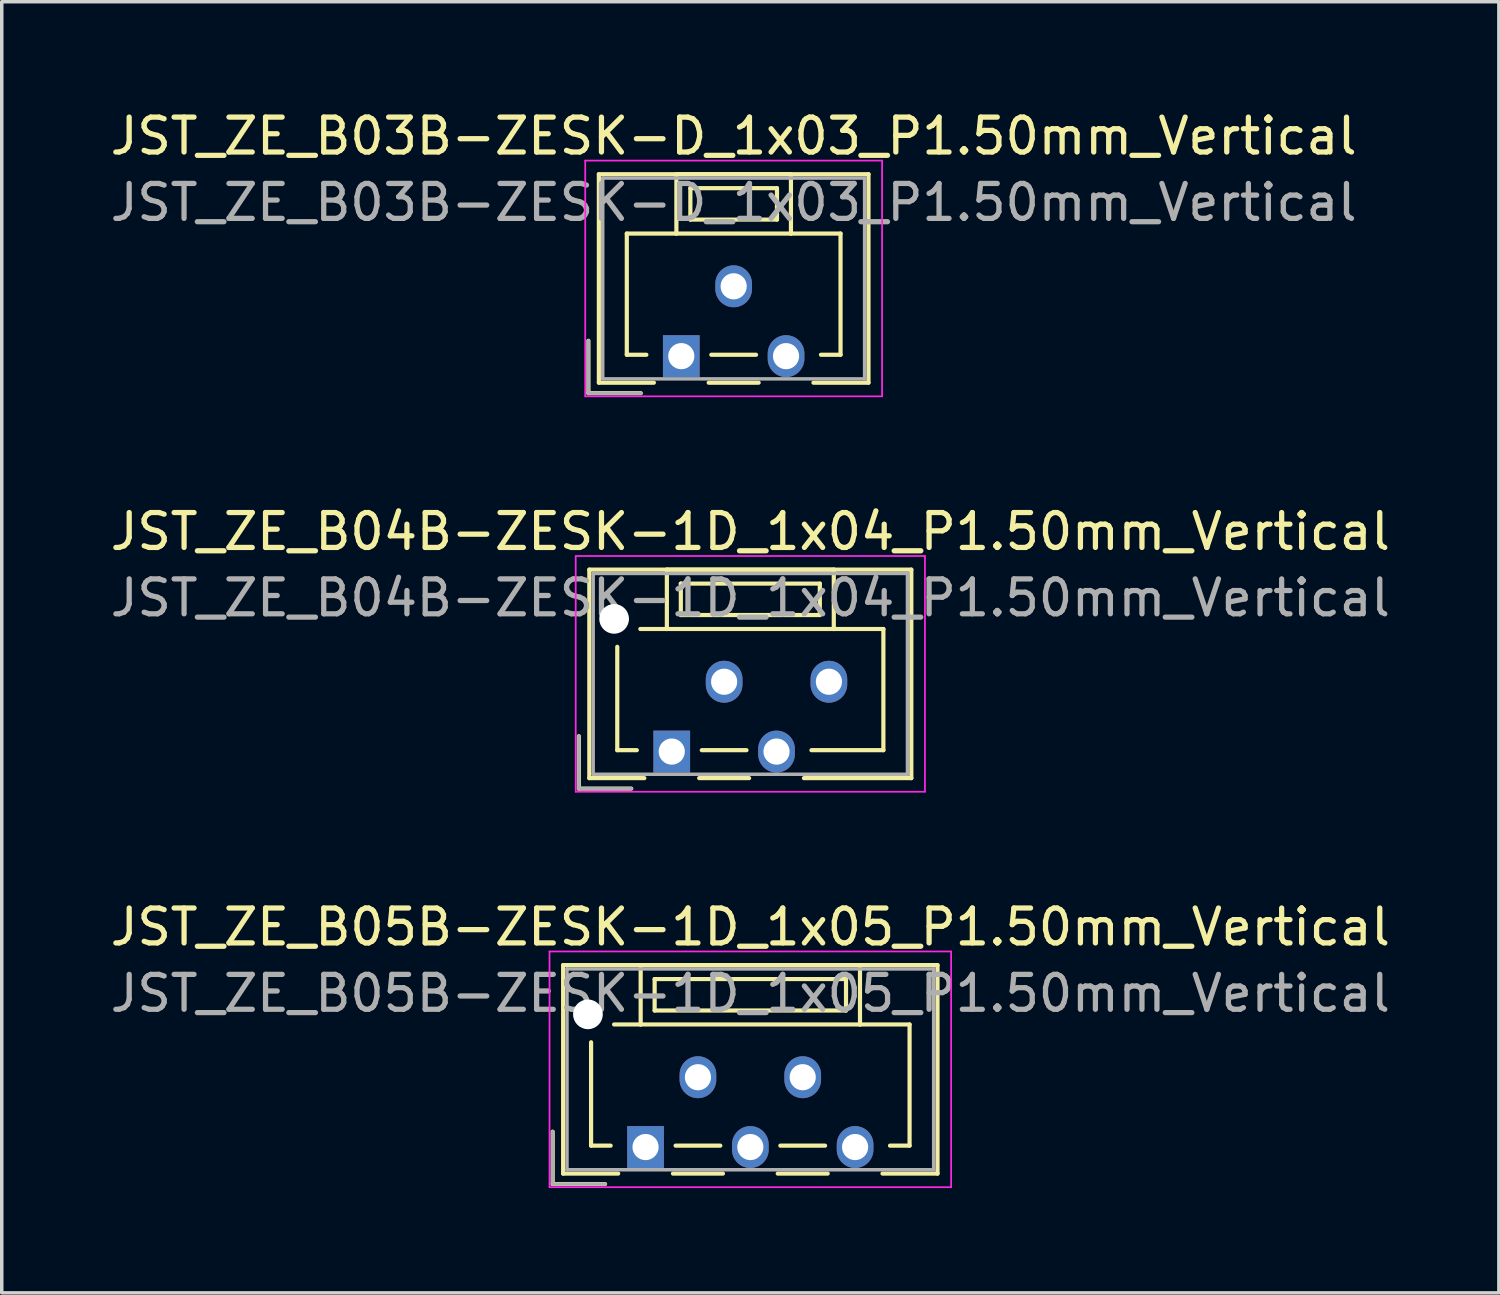
<source format=kicad_pcb>
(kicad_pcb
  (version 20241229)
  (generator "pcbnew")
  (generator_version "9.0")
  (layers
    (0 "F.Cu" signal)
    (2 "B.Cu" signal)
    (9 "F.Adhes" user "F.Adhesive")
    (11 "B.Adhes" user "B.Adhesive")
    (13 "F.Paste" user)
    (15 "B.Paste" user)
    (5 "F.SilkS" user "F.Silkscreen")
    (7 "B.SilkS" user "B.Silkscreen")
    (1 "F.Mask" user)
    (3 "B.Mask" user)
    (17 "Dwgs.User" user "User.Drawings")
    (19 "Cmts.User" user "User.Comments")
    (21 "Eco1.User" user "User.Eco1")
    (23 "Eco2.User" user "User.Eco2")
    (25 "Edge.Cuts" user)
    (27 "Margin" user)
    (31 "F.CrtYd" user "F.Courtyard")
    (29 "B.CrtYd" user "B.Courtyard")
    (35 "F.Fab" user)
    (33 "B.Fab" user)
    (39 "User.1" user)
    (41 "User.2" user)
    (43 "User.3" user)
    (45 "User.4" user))
  (footprint "JST_ZE_B03B-ZESK-D_1x03_P1.50mm_Vertical"
    (layer "F.Cu")
    (at 16.458 7.148)
    (property "Reference" "JST_ZE_B03B-ZESK-D_1x03_P1.50mm_Vertical" (at 1.5 -6.3 0) (layer "F.SilkS") (effects (font (size 1 1) (thickness 0.15))))
    (attr through_hole)
    (fp_line (start -2.66 -0.44) (end -2.66 1.06) (stroke (width 0.12) (type solid)) (layer "F.SilkS"))
    (fp_line (start -2.66 1.06) (end -1.16 1.06) (stroke (width 0.12) (type solid)) (layer "F.SilkS"))
    (fp_line (start -2.36 -5.21) (end 5.36 -5.21) (stroke (width 0.12) (type solid)) (layer "F.SilkS"))
    (fp_line (start -2.36 0.76) (end -2.36 -5.21) (stroke (width 0.12) (type solid)) (layer "F.SilkS"))
    (fp_line (start -1.56 -3.51) (end -1.56 -0.04) (stroke (width 0.12) (type solid)) (layer "F.SilkS"))
    (fp_line (start -1.56 -0.04) (end -1 -0.04) (stroke (width 0.12) (type solid)) (layer "F.SilkS"))
    (fp_line (start -0.785 0.76) (end -2.36 0.76) (stroke (width 0.12) (type solid)) (layer "F.SilkS"))
    (fp_line (start -0.14 -5.21) (end -0.14 -3.51) (stroke (width 0.12) (type solid)) (layer "F.SilkS"))
    (fp_line (start -0.14 -3.51) (end -1.56 -3.51) (stroke (width 0.12) (type solid)) (layer "F.SilkS"))
    (fp_line (start -0.14 -3.51) (end 3.14 -3.51) (stroke (width 0.12) (type solid)) (layer "F.SilkS"))
    (fp_line (start 0.26 -4.81) (end 0.26 -3.91) (stroke (width 0.12) (type solid)) (layer "F.SilkS"))
    (fp_line (start 0.26 -3.91) (end 2.74 -3.91) (stroke (width 0.12) (type solid)) (layer "F.SilkS"))
    (fp_line (start 0.785 0.76) (end 2.215 0.76) (stroke (width 0.12) (type solid)) (layer "F.SilkS"))
    (fp_line (start 0.86 -0.04) (end 2.14 -0.04) (stroke (width 0.12) (type solid)) (layer "F.SilkS"))
    (fp_line (start 2.74 -4.81) (end 0.26 -4.81) (stroke (width 0.12) (type solid)) (layer "F.SilkS"))
    (fp_line (start 2.74 -3.91) (end 2.74 -4.81) (stroke (width 0.12) (type solid)) (layer "F.SilkS"))
    (fp_line (start 3.14 -5.21) (end -0.14 -5.21) (stroke (width 0.12) (type solid)) (layer "F.SilkS"))
    (fp_line (start 3.14 -3.51) (end 3.14 -5.21) (stroke (width 0.12) (type solid)) (layer "F.SilkS"))
    (fp_line (start 3.14 -3.51) (end 4.56 -3.51) (stroke (width 0.12) (type solid)) (layer "F.SilkS"))
    (fp_line (start 4.56 -3.51) (end 4.56 -0.04) (stroke (width 0.12) (type solid)) (layer "F.SilkS"))
    (fp_line (start 4.56 -0.04) (end 4 -0.04) (stroke (width 0.12) (type solid)) (layer "F.SilkS"))
    (fp_line (start 5.36 -5.21) (end 5.36 0.76) (stroke (width 0.12) (type solid)) (layer "F.SilkS"))
    (fp_line (start 5.36 0.76) (end 3.785 0.76) (stroke (width 0.12) (type solid)) (layer "F.SilkS"))
    (fp_line (start -2.75 -5.6) (end -2.75 1.15) (stroke (width 0.05) (type solid)) (layer "F.CrtYd"))
    (fp_line (start -2.75 1.15) (end 5.75 1.15) (stroke (width 0.05) (type solid)) (layer "F.CrtYd"))
    (fp_line (start 5.75 -5.6) (end -2.75 -5.6) (stroke (width 0.05) (type solid)) (layer "F.CrtYd"))
    (fp_line (start 5.75 1.15) (end 5.75 -5.6) (stroke (width 0.05) (type solid)) (layer "F.CrtYd"))
    (fp_line (start -2.66 -0.44) (end -2.66 1.06) (stroke (width 0.1) (type solid)) (layer "F.Fab"))
    (fp_line (start -2.66 1.06) (end -1.16 1.06) (stroke (width 0.1) (type solid)) (layer "F.Fab"))
    (fp_line (start -2.25 -5.1) (end -2.25 0.65) (stroke (width 0.1) (type solid)) (layer "F.Fab"))
    (fp_line (start -2.25 0.65) (end 5.25 0.65) (stroke (width 0.1) (type solid)) (layer "F.Fab"))
    (fp_line (start 5.25 -5.1) (end -2.25 -5.1) (stroke (width 0.1) (type solid)) (layer "F.Fab"))
    (fp_line (start 5.25 0.65) (end 5.25 -5.1) (stroke (width 0.1) (type solid)) (layer "F.Fab"))
    (fp_text user "${REFERENCE}" (at 1.5 -4.4 0) (layer "F.Fab") (effects (font (size 1 1) (thickness 0.15))))
    (pad "1" thru_hole rect (at 0 0) (size 1.05 1.2) (drill 0.75) (layers "*.Cu" "*.Mask"))
    (pad "2" thru_hole oval (at 1.5 -2) (size 1.05 1.2) (drill 0.75) (layers "*.Cu" "*.Mask"))
    (pad "3" thru_hole oval (at 3 0) (size 1.05 1.2) (drill 0.75) (layers "*.Cu" "*.Mask")))
  (footprint "JST_ZE_B04B-ZESK-1D_1x04_P1.50mm_Vertical"
    (layer "F.Cu")
    (at 16.185 18.471)
    (property "Reference" "JST_ZE_B04B-ZESK-1D_1x04_P1.50mm_Vertical" (at 2.25 -6.3 0) (layer "F.SilkS") (effects (font (size 1 1) (thickness 0.15))))
    (attr through_hole)
    (fp_line (start -2.66 -0.44) (end -2.66 1.06) (stroke (width 0.12) (type solid)) (layer "F.SilkS"))
    (fp_line (start -2.66 1.06) (end -1.16 1.06) (stroke (width 0.12) (type solid)) (layer "F.SilkS"))
    (fp_line (start -2.36 -5.21) (end 6.86 -5.21) (stroke (width 0.12) (type solid)) (layer "F.SilkS"))
    (fp_line (start -2.36 0.76) (end -2.36 -5.21) (stroke (width 0.12) (type solid)) (layer "F.SilkS"))
    (fp_line (start -1.56 -3) (end -1.56 -0.04) (stroke (width 0.12) (type solid)) (layer "F.SilkS"))
    (fp_line (start -1.56 -0.04) (end -1 -0.04) (stroke (width 0.12) (type solid)) (layer "F.SilkS"))
    (fp_line (start -0.785 0.76) (end -2.36 0.76) (stroke (width 0.12) (type solid)) (layer "F.SilkS"))
    (fp_line (start -0.14 -5.21) (end -0.14 -3.51) (stroke (width 0.12) (type solid)) (layer "F.SilkS"))
    (fp_line (start -0.14 -3.51) (end -0.9 -3.51) (stroke (width 0.12) (type solid)) (layer "F.SilkS"))
    (fp_line (start -0.14 -3.51) (end 4.64 -3.51) (stroke (width 0.12) (type solid)) (layer "F.SilkS"))
    (fp_line (start 0.26 -4.81) (end 0.26 -3.91) (stroke (width 0.12) (type solid)) (layer "F.SilkS"))
    (fp_line (start 0.26 -3.91) (end 4.24 -3.91) (stroke (width 0.12) (type solid)) (layer "F.SilkS"))
    (fp_line (start 0.785 0.76) (end 2.215 0.76) (stroke (width 0.12) (type solid)) (layer "F.SilkS"))
    (fp_line (start 0.86 -0.04) (end 2.14 -0.04) (stroke (width 0.12) (type solid)) (layer "F.SilkS"))
    (fp_line (start 4.24 -4.81) (end 0.26 -4.81) (stroke (width 0.12) (type solid)) (layer "F.SilkS"))
    (fp_line (start 4.24 -3.91) (end 4.24 -4.81) (stroke (width 0.12) (type solid)) (layer "F.SilkS"))
    (fp_line (start 4.64 -5.21) (end -0.14 -5.21) (stroke (width 0.12) (type solid)) (layer "F.SilkS"))
    (fp_line (start 4.64 -3.51) (end 4.64 -5.21) (stroke (width 0.12) (type solid)) (layer "F.SilkS"))
    (fp_line (start 4.64 -3.51) (end 6.06 -3.51) (stroke (width 0.12) (type solid)) (layer "F.SilkS"))
    (fp_line (start 6.06 -3.51) (end 6.06 -0.04) (stroke (width 0.12) (type solid)) (layer "F.SilkS"))
    (fp_line (start 6.06 -0.04) (end 4 -0.04) (stroke (width 0.12) (type solid)) (layer "F.SilkS"))
    (fp_line (start 6.86 -5.21) (end 6.86 0.76) (stroke (width 0.12) (type solid)) (layer "F.SilkS"))
    (fp_line (start 6.86 0.76) (end 3.785 0.76) (stroke (width 0.12) (type solid)) (layer "F.SilkS"))
    (fp_line (start -2.75 -5.6) (end -2.75 1.15) (stroke (width 0.05) (type solid)) (layer "F.CrtYd"))
    (fp_line (start -2.75 1.15) (end 7.25 1.15) (stroke (width 0.05) (type solid)) (layer "F.CrtYd"))
    (fp_line (start 7.25 -5.6) (end -2.75 -5.6) (stroke (width 0.05) (type solid)) (layer "F.CrtYd"))
    (fp_line (start 7.25 1.15) (end 7.25 -5.6) (stroke (width 0.05) (type solid)) (layer "F.CrtYd"))
    (fp_line (start -2.66 -0.44) (end -2.66 1.06) (stroke (width 0.1) (type solid)) (layer "F.Fab"))
    (fp_line (start -2.66 1.06) (end -1.16 1.06) (stroke (width 0.1) (type solid)) (layer "F.Fab"))
    (fp_line (start -2.25 -5.1) (end -2.25 0.65) (stroke (width 0.1) (type solid)) (layer "F.Fab"))
    (fp_line (start -2.25 0.65) (end 6.75 0.65) (stroke (width 0.1) (type solid)) (layer "F.Fab"))
    (fp_line (start 6.75 -5.1) (end -2.25 -5.1) (stroke (width 0.1) (type solid)) (layer "F.Fab"))
    (fp_line (start 6.75 0.65) (end 6.75 -5.1) (stroke (width 0.1) (type solid)) (layer "F.Fab"))
    (fp_text user "${REFERENCE}" (at 2.25 -4.4 0) (layer "F.Fab") (effects (font (size 1 1) (thickness 0.15))))
    (pad "" np_thru_hole circle (at -1.65 -3.8) (size 0.85 0.85) (drill 0.85) (layers "*.Cu" "*.Mask"))
    (pad "1" thru_hole rect (at 0 0) (size 1.05 1.2) (drill 0.75) (layers "*.Cu" "*.Mask"))
    (pad "2" thru_hole oval (at 1.5 -2) (size 1.05 1.2) (drill 0.75) (layers "*.Cu" "*.Mask"))
    (pad "3" thru_hole oval (at 3 0) (size 1.05 1.2) (drill 0.75) (layers "*.Cu" "*.Mask"))
    (pad "4" thru_hole oval (at 4.5 -2) (size 1.05 1.2) (drill 0.75) (layers "*.Cu" "*.Mask")))
  (footprint "JST_ZE_B05B-ZESK-1D_1x05_P1.50mm_Vertical"
    (layer "F.Cu")
    (at 15.435 29.795)
    (property "Reference" "JST_ZE_B05B-ZESK-1D_1x05_P1.50mm_Vertical" (at 3 -6.3 0) (layer "F.SilkS") (effects (font (size 1 1) (thickness 0.15))))
    (attr through_hole)
    (fp_line (start -2.66 -0.44) (end -2.66 1.06) (stroke (width 0.12) (type solid)) (layer "F.SilkS"))
    (fp_line (start -2.66 1.06) (end -1.16 1.06) (stroke (width 0.12) (type solid)) (layer "F.SilkS"))
    (fp_line (start -2.36 -5.21) (end 8.36 -5.21) (stroke (width 0.12) (type solid)) (layer "F.SilkS"))
    (fp_line (start -2.36 0.76) (end -2.36 -5.21) (stroke (width 0.12) (type solid)) (layer "F.SilkS"))
    (fp_line (start -1.56 -3) (end -1.56 -0.04) (stroke (width 0.12) (type solid)) (layer "F.SilkS"))
    (fp_line (start -1.56 -0.04) (end -1 -0.04) (stroke (width 0.12) (type solid)) (layer "F.SilkS"))
    (fp_line (start -0.785 0.76) (end -2.36 0.76) (stroke (width 0.12) (type solid)) (layer "F.SilkS"))
    (fp_line (start -0.14 -5.21) (end -0.14 -3.51) (stroke (width 0.12) (type solid)) (layer "F.SilkS"))
    (fp_line (start -0.14 -3.51) (end -0.9 -3.51) (stroke (width 0.12) (type solid)) (layer "F.SilkS"))
    (fp_line (start -0.14 -3.51) (end 6.14 -3.51) (stroke (width 0.12) (type solid)) (layer "F.SilkS"))
    (fp_line (start 0.26 -4.81) (end 0.26 -3.91) (stroke (width 0.12) (type solid)) (layer "F.SilkS"))
    (fp_line (start 0.26 -3.91) (end 5.74 -3.91) (stroke (width 0.12) (type solid)) (layer "F.SilkS"))
    (fp_line (start 0.785 0.76) (end 2.215 0.76) (stroke (width 0.12) (type solid)) (layer "F.SilkS"))
    (fp_line (start 0.86 -0.04) (end 2.14 -0.04) (stroke (width 0.12) (type solid)) (layer "F.SilkS"))
    (fp_line (start 3.785 0.76) (end 5.215 0.76) (stroke (width 0.12) (type solid)) (layer "F.SilkS"))
    (fp_line (start 3.86 -0.04) (end 5.14 -0.04) (stroke (width 0.12) (type solid)) (layer "F.SilkS"))
    (fp_line (start 5.74 -4.81) (end 0.26 -4.81) (stroke (width 0.12) (type solid)) (layer "F.SilkS"))
    (fp_line (start 5.74 -3.91) (end 5.74 -4.81) (stroke (width 0.12) (type solid)) (layer "F.SilkS"))
    (fp_line (start 6.14 -5.21) (end -0.14 -5.21) (stroke (width 0.12) (type solid)) (layer "F.SilkS"))
    (fp_line (start 6.14 -3.51) (end 6.14 -5.21) (stroke (width 0.12) (type solid)) (layer "F.SilkS"))
    (fp_line (start 6.14 -3.51) (end 7.56 -3.51) (stroke (width 0.12) (type solid)) (layer "F.SilkS"))
    (fp_line (start 7.56 -3.51) (end 7.56 -0.04) (stroke (width 0.12) (type solid)) (layer "F.SilkS"))
    (fp_line (start 7.56 -0.04) (end 7 -0.04) (stroke (width 0.12) (type solid)) (layer "F.SilkS"))
    (fp_line (start 8.36 -5.21) (end 8.36 0.76) (stroke (width 0.12) (type solid)) (layer "F.SilkS"))
    (fp_line (start 8.36 0.76) (end 6.785 0.76) (stroke (width 0.12) (type solid)) (layer "F.SilkS"))
    (fp_line (start -2.75 -5.6) (end -2.75 1.15) (stroke (width 0.05) (type solid)) (layer "F.CrtYd"))
    (fp_line (start -2.75 1.15) (end 8.75 1.15) (stroke (width 0.05) (type solid)) (layer "F.CrtYd"))
    (fp_line (start 8.75 -5.6) (end -2.75 -5.6) (stroke (width 0.05) (type solid)) (layer "F.CrtYd"))
    (fp_line (start 8.75 1.15) (end 8.75 -5.6) (stroke (width 0.05) (type solid)) (layer "F.CrtYd"))
    (fp_line (start -2.66 -0.44) (end -2.66 1.06) (stroke (width 0.1) (type solid)) (layer "F.Fab"))
    (fp_line (start -2.66 1.06) (end -1.16 1.06) (stroke (width 0.1) (type solid)) (layer "F.Fab"))
    (fp_line (start -2.25 -5.1) (end -2.25 0.65) (stroke (width 0.1) (type solid)) (layer "F.Fab"))
    (fp_line (start -2.25 0.65) (end 8.25 0.65) (stroke (width 0.1) (type solid)) (layer "F.Fab"))
    (fp_line (start 8.25 -5.1) (end -2.25 -5.1) (stroke (width 0.1) (type solid)) (layer "F.Fab"))
    (fp_line (start 8.25 0.65) (end 8.25 -5.1) (stroke (width 0.1) (type solid)) (layer "F.Fab"))
    (fp_text user "${REFERENCE}" (at 3 -4.4 0) (layer "F.Fab") (effects (font (size 1 1) (thickness 0.15))))
    (pad "" np_thru_hole circle (at -1.65 -3.8) (size 0.85 0.85) (drill 0.85) (layers "*.Cu" "*.Mask"))
    (pad "1" thru_hole rect (at 0 0) (size 1.05 1.2) (drill 0.75) (layers "*.Cu" "*.Mask"))
    (pad "2" thru_hole oval (at 1.5 -2) (size 1.05 1.2) (drill 0.75) (layers "*.Cu" "*.Mask"))
    (pad "3" thru_hole oval (at 3 0) (size 1.05 1.2) (drill 0.75) (layers "*.Cu" "*.Mask"))
    (pad "4" thru_hole oval (at 4.5 -2) (size 1.05 1.2) (drill 0.75) (layers "*.Cu" "*.Mask"))
    (pad "5" thru_hole oval (at 6 0) (size 1.05 1.2) (drill 0.75) (layers "*.Cu" "*.Mask")))
  (gr_rect
    (start -3 -3)
    (end 39.869 33.97)
    (stroke (width 0.1) (type default))
    (fill no)
    (layer "Edge.Cuts")))
</source>
